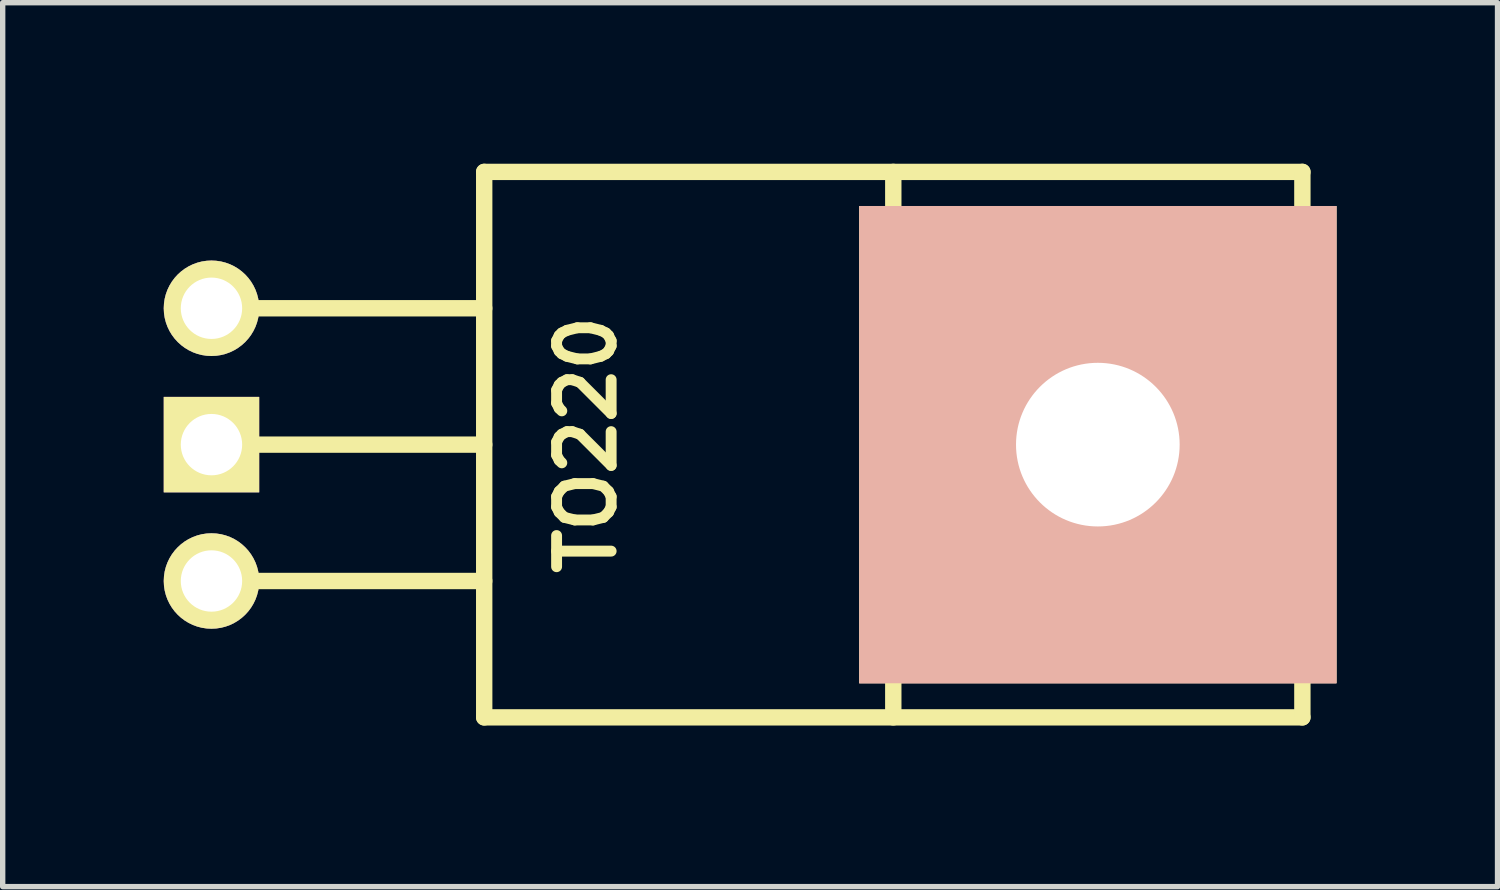
<source format=kicad_pcb>
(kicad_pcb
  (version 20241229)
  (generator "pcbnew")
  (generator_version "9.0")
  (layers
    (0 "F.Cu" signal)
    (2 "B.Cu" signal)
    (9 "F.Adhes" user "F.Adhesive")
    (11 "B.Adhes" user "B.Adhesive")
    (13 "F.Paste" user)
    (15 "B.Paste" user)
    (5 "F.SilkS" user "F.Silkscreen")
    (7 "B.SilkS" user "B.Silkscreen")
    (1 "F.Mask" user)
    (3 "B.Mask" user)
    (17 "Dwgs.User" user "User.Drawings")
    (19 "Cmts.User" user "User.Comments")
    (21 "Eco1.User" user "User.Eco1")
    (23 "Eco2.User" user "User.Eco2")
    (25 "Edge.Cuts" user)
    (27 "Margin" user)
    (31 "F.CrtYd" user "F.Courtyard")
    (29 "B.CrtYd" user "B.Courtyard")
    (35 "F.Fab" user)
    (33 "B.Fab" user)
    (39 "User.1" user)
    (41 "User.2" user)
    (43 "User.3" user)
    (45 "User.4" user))
  (footprint "TO220"
    (layer "F.Cu")
    (at 0.889 5.232)
    (property "Reference" "TO220" (at 6.985 0 90) (layer "F.SilkS") (effects (font (size 1.016 1.016) (thickness 0.203))))
    (attr through_hole)
    (fp_line (start 0 -2.54) (end 5.08 -2.54) (stroke (width 0.305) (type solid)) (layer "F.SilkS"))
    (fp_line (start 0 0) (end 5.08 0) (stroke (width 0.305) (type solid)) (layer "F.SilkS"))
    (fp_line (start 0 2.54) (end 5.08 2.54) (stroke (width 0.305) (type solid)) (layer "F.SilkS"))
    (fp_line (start 5.08 -5.08) (end 5.08 5.08) (stroke (width 0.305) (type solid)) (layer "F.SilkS"))
    (fp_line (start 5.08 5.08) (end 20.32 5.08) (stroke (width 0.305) (type solid)) (layer "F.SilkS"))
    (fp_line (start 12.7 3.81) (end 12.7 -5.08) (stroke (width 0.305) (type solid)) (layer "F.SilkS"))
    (fp_line (start 12.7 3.81) (end 12.7 5.08) (stroke (width 0.305) (type solid)) (layer "F.SilkS"))
    (fp_line (start 20.32 -5.08) (end 5.08 -5.08) (stroke (width 0.305) (type solid)) (layer "F.SilkS"))
    (fp_line (start 20.32 5.08) (end 20.32 -5.08) (stroke (width 0.305) (type solid)) (layer "F.SilkS"))
    (pad "1" thru_hole rect (at 0 0) (size 1.778 1.778) (drill 1.143) (layers "*.Cu" "*.Mask" "F.SilkS"))
    (pad "2" thru_hole circle (at 0 -2.54) (size 1.778 1.778) (drill 1.143) (layers "*.Cu" "*.Mask" "F.SilkS"))
    (pad "3" thru_hole circle (at 0 2.54) (size 1.778 1.778) (drill 1.143) (layers "*.Cu" "*.Mask" "F.SilkS"))
    (pad "4" thru_hole rect (at 16.51 0) (size 8.89 8.89) (drill 3.048) (layers "*.Cu" "*.SilkS" "*.Mask")))
  (gr_rect
    (start -3 -3)
    (end 24.844 13.465)
    (stroke (width 0.1) (type default))
    (fill no)
    (layer "Edge.Cuts")))
</source>
